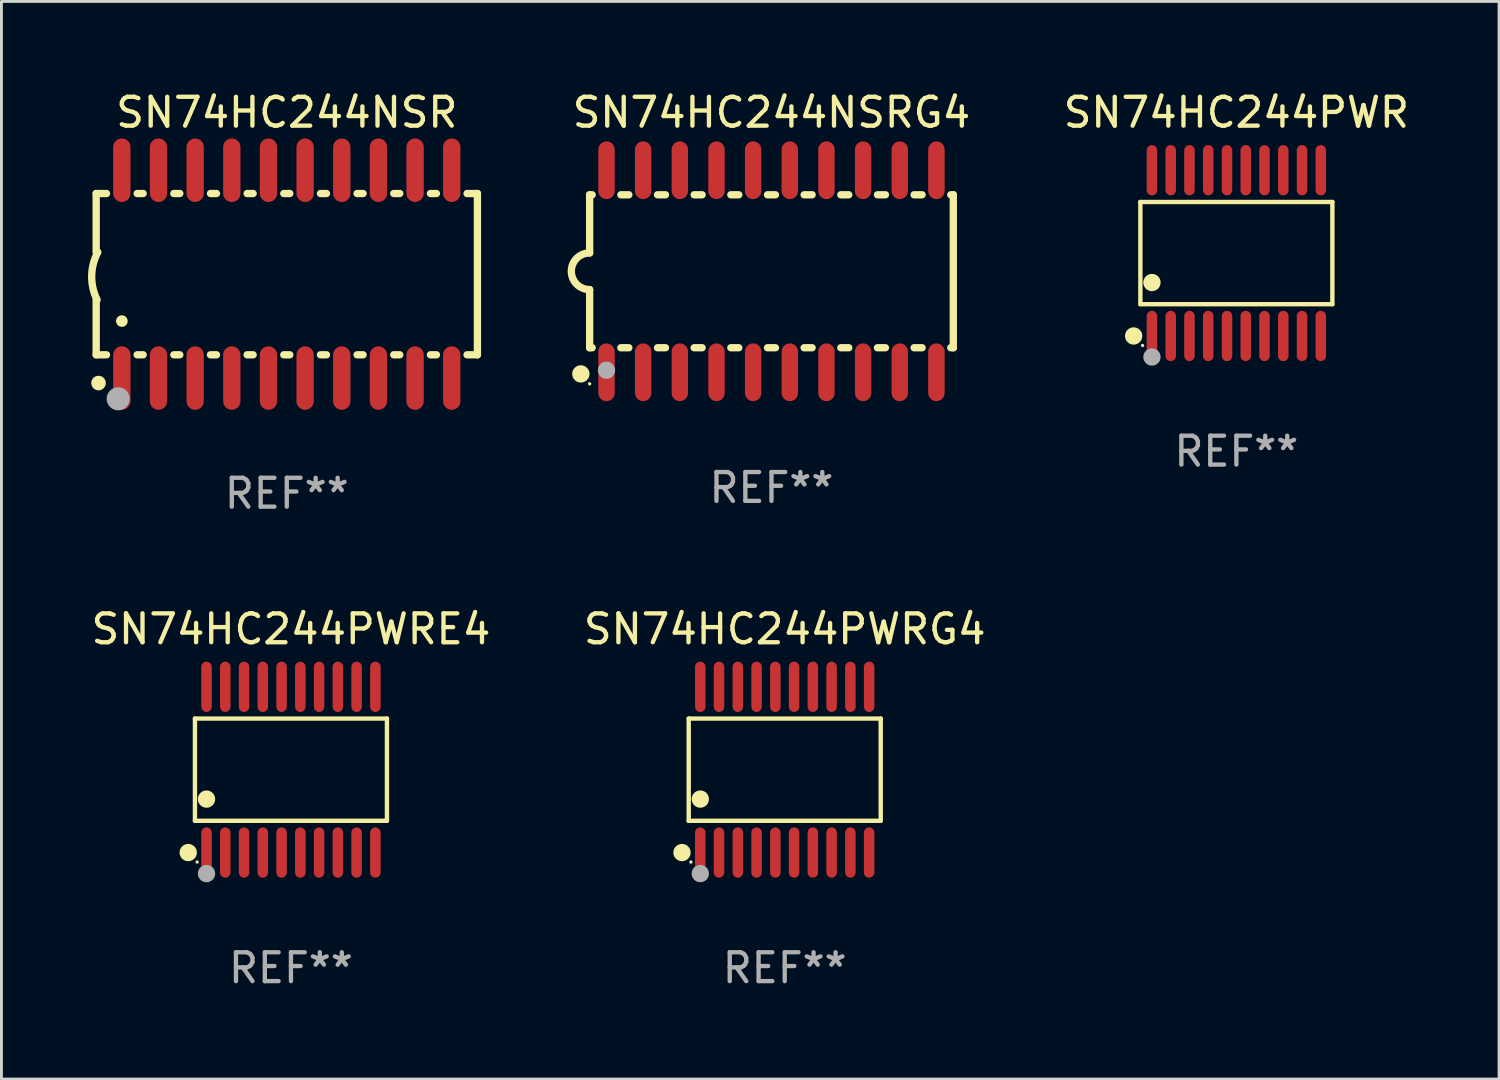
<source format=kicad_pcb>
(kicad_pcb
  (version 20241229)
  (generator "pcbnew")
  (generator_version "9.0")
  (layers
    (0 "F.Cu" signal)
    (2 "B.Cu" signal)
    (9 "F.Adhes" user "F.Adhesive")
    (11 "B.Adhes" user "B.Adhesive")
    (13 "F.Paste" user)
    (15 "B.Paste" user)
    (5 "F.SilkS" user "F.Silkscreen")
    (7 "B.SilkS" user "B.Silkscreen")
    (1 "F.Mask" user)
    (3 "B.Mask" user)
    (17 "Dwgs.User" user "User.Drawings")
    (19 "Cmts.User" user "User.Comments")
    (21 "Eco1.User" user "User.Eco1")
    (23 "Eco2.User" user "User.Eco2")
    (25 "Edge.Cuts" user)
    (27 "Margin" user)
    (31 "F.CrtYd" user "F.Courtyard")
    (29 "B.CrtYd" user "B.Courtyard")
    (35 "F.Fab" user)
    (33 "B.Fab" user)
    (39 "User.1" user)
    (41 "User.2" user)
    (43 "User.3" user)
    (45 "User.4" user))
  (footprint "SN74HC244PWRE4"
    (layer "F.Cu")
    (at 7.03 23.616)
    (property "Reference" "SN74HC244PWRE4" (at 0 -4.871 0) (layer "F.SilkS") (effects (font (size 1 1) (thickness 0.15))))
    (attr through_hole)
    (fp_line (start -3.326 -1.771) (end 3.326 -1.771) (stroke (width 0.152) (type solid)) (layer "F.SilkS"))
    (fp_line (start -3.326 1.771) (end -3.326 -1.771) (stroke (width 0.152) (type solid)) (layer "F.SilkS"))
    (fp_line (start 3.326 -1.771) (end 3.326 1.771) (stroke (width 0.152) (type solid)) (layer "F.SilkS"))
    (fp_line (start 3.326 1.771) (end -3.326 1.771) (stroke (width 0.152) (type solid)) (layer "F.SilkS"))
    (fp_circle (center -3.559 2.871) (end -3.409 2.871) (stroke (width 0.3) (type solid)) (fill no) (layer "F.SilkS"))
    (fp_circle (center -3.25 3.2) (end -3.22 3.2) (stroke (width 0.06) (type solid)) (fill no) (layer "F.SilkS"))
    (fp_circle (center -2.925 1.019) (end -2.775 1.019) (stroke (width 0.3) (type solid)) (fill no) (layer "F.SilkS"))
    (fp_circle (center -2.925 3.6) (end -2.775 3.6) (stroke (width 0.3) (type solid)) (fill no) (layer "F.Fab"))
    (fp_text user "REF**" (at 0 6.871 0) (layer "F.Fab") (effects (font (size 1 1) (thickness 0.15))))
    (pad "1" smd oval (at -2.925 2.871) (size 0.364 1.742) (layers "F.Cu" "F.Mask" "F.Paste"))
    (pad "2" smd oval (at -2.275 2.871) (size 0.364 1.742) (layers "F.Cu" "F.Mask" "F.Paste"))
    (pad "3" smd oval (at -1.625 2.871) (size 0.364 1.742) (layers "F.Cu" "F.Mask" "F.Paste"))
    (pad "4" smd oval (at -0.975 2.871) (size 0.364 1.742) (layers "F.Cu" "F.Mask" "F.Paste"))
    (pad "5" smd oval (at -0.325 2.871) (size 0.364 1.742) (layers "F.Cu" "F.Mask" "F.Paste"))
    (pad "6" smd oval (at 0.325 2.871) (size 0.364 1.742) (layers "F.Cu" "F.Mask" "F.Paste"))
    (pad "7" smd oval (at 0.975 2.871) (size 0.364 1.742) (layers "F.Cu" "F.Mask" "F.Paste"))
    (pad "8" smd oval (at 1.625 2.871) (size 0.364 1.742) (layers "F.Cu" "F.Mask" "F.Paste"))
    (pad "9" smd oval (at 2.275 2.871) (size 0.364 1.742) (layers "F.Cu" "F.Mask" "F.Paste"))
    (pad "10" smd oval (at 2.925 2.871) (size 0.364 1.742) (layers "F.Cu" "F.Mask" "F.Paste"))
    (pad "11" smd oval (at 2.925 -2.871) (size 0.364 1.742) (layers "F.Cu" "F.Mask" "F.Paste"))
    (pad "12" smd oval (at 2.275 -2.871) (size 0.364 1.742) (layers "F.Cu" "F.Mask" "F.Paste"))
    (pad "13" smd oval (at 1.625 -2.871) (size 0.364 1.742) (layers "F.Cu" "F.Mask" "F.Paste"))
    (pad "14" smd oval (at 0.975 -2.871) (size 0.364 1.742) (layers "F.Cu" "F.Mask" "F.Paste"))
    (pad "15" smd oval (at 0.325 -2.871) (size 0.364 1.742) (layers "F.Cu" "F.Mask" "F.Paste"))
    (pad "16" smd oval (at -0.325 -2.871) (size 0.364 1.742) (layers "F.Cu" "F.Mask" "F.Paste"))
    (pad "17" smd oval (at -0.975 -2.871) (size 0.364 1.742) (layers "F.Cu" "F.Mask" "F.Paste"))
    (pad "18" smd oval (at -1.625 -2.871) (size 0.364 1.742) (layers "F.Cu" "F.Mask" "F.Paste"))
    (pad "19" smd oval (at -2.275 -2.871) (size 0.364 1.742) (layers "F.Cu" "F.Mask" "F.Paste"))
    (pad "20" smd oval (at -2.925 -2.871) (size 0.364 1.742) (layers "F.Cu" "F.Mask" "F.Paste")))
  (footprint "SN74HC244NSRG4"
    (layer "F.Cu")
    (at 23.678 6.348)
    (property "Reference" "SN74HC244NSRG4" (at 0 -5.5 0) (layer "F.SilkS") (effects (font (size 1 1) (thickness 0.15))))
    (attr through_hole)
    (fp_line (start -6.3 -2.65) (end -6.3 -0.635) (stroke (width 0.254) (type solid)) (layer "F.SilkS"))
    (fp_line (start -6.3 -2.65) (end -6.212 -2.65) (stroke (width 0.254) (type solid)) (layer "F.SilkS"))
    (fp_line (start -6.3 2.65) (end -6.3 0.635) (stroke (width 0.254) (type solid)) (layer "F.SilkS"))
    (fp_line (start -6.3 2.65) (end -6.212 2.65) (stroke (width 0.254) (type solid)) (layer "F.SilkS"))
    (fp_line (start -5.218 -2.65) (end -4.942 -2.65) (stroke (width 0.254) (type solid)) (layer "F.SilkS"))
    (fp_line (start -5.218 2.65) (end -4.942 2.65) (stroke (width 0.254) (type solid)) (layer "F.SilkS"))
    (fp_line (start -3.948 -2.65) (end -3.672 -2.65) (stroke (width 0.254) (type solid)) (layer "F.SilkS"))
    (fp_line (start -3.948 2.65) (end -3.672 2.65) (stroke (width 0.254) (type solid)) (layer "F.SilkS"))
    (fp_line (start -2.678 -2.65) (end -2.402 -2.65) (stroke (width 0.254) (type solid)) (layer "F.SilkS"))
    (fp_line (start -2.678 2.65) (end -2.402 2.65) (stroke (width 0.254) (type solid)) (layer "F.SilkS"))
    (fp_line (start -1.408 -2.65) (end -1.132 -2.65) (stroke (width 0.254) (type solid)) (layer "F.SilkS"))
    (fp_line (start -1.408 2.65) (end -1.132 2.65) (stroke (width 0.254) (type solid)) (layer "F.SilkS"))
    (fp_line (start -0.138 -2.65) (end 0.138 -2.65) (stroke (width 0.254) (type solid)) (layer "F.SilkS"))
    (fp_line (start -0.138 2.65) (end 0.138 2.65) (stroke (width 0.254) (type solid)) (layer "F.SilkS"))
    (fp_line (start 1.132 -2.65) (end 1.408 -2.65) (stroke (width 0.254) (type solid)) (layer "F.SilkS"))
    (fp_line (start 1.132 2.65) (end 1.408 2.65) (stroke (width 0.254) (type solid)) (layer "F.SilkS"))
    (fp_line (start 2.402 -2.65) (end 2.678 -2.65) (stroke (width 0.254) (type solid)) (layer "F.SilkS"))
    (fp_line (start 2.402 2.65) (end 2.678 2.65) (stroke (width 0.254) (type solid)) (layer "F.SilkS"))
    (fp_line (start 3.672 -2.65) (end 3.948 -2.65) (stroke (width 0.254) (type solid)) (layer "F.SilkS"))
    (fp_line (start 3.672 2.65) (end 3.948 2.65) (stroke (width 0.254) (type solid)) (layer "F.SilkS"))
    (fp_line (start 4.942 -2.65) (end 5.218 -2.65) (stroke (width 0.254) (type solid)) (layer "F.SilkS"))
    (fp_line (start 4.942 2.65) (end 5.218 2.65) (stroke (width 0.254) (type solid)) (layer "F.SilkS"))
    (fp_line (start 6.212 -2.65) (end 6.3 -2.65) (stroke (width 0.254) (type solid)) (layer "F.SilkS"))
    (fp_line (start 6.212 2.65) (end 6.3 2.65) (stroke (width 0.254) (type solid)) (layer "F.SilkS"))
    (fp_line (start 6.3 -2.65) (end 6.3 2.65) (stroke (width 0.254) (type solid)) (layer "F.SilkS"))
    (fp_arc (start -6.299975 0.634874) (mid -6.933579 0.000127) (end -6.299213 -0.633858) (stroke (width 0.254001) (type solid)) (layer "F.SilkS"))
    (fp_circle (center -6.604 3.556) (end -6.454 3.556) (stroke (width 0.3) (type solid)) (fill no) (layer "F.SilkS"))
    (fp_circle (center -6.3 3.9) (end -6.27 3.9) (stroke (width 0.06) (type solid)) (fill no) (layer "F.SilkS"))
    (fp_circle (center -5.715 3.429) (end -5.565 3.429) (stroke (width 0.3) (type solid)) (fill no) (layer "F.Fab"))
    (fp_text user "REF**" (at 0 7.5 0) (layer "F.Fab") (effects (font (size 1 1) (thickness 0.15))))
    (pad "1" smd oval (at -5.715 3.5) (size 0.568 2) (layers "F.Cu" "F.Mask" "F.Paste"))
    (pad "2" smd oval (at -4.445 3.5) (size 0.568 2) (layers "F.Cu" "F.Mask" "F.Paste"))
    (pad "3" smd oval (at -3.175 3.5) (size 0.568 2) (layers "F.Cu" "F.Mask" "F.Paste"))
    (pad "4" smd oval (at -1.905 3.5) (size 0.568 2) (layers "F.Cu" "F.Mask" "F.Paste"))
    (pad "5" smd oval (at -0.635 3.5) (size 0.568 2) (layers "F.Cu" "F.Mask" "F.Paste"))
    (pad "6" smd oval (at 0.635 3.5) (size 0.568 2) (layers "F.Cu" "F.Mask" "F.Paste"))
    (pad "7" smd oval (at 1.905 3.5) (size 0.568 2) (layers "F.Cu" "F.Mask" "F.Paste"))
    (pad "8" smd oval (at 3.175 3.5) (size 0.568 2) (layers "F.Cu" "F.Mask" "F.Paste"))
    (pad "9" smd oval (at 4.445 3.5) (size 0.568 2) (layers "F.Cu" "F.Mask" "F.Paste"))
    (pad "10" smd oval (at 5.715 3.5) (size 0.568 2) (layers "F.Cu" "F.Mask" "F.Paste"))
    (pad "11" smd oval (at 5.715 -3.5) (size 0.568 2) (layers "F.Cu" "F.Mask" "F.Paste"))
    (pad "12" smd oval (at 4.445 -3.5) (size 0.568 2) (layers "F.Cu" "F.Mask" "F.Paste"))
    (pad "13" smd oval (at 3.175 -3.5) (size 0.568 2) (layers "F.Cu" "F.Mask" "F.Paste"))
    (pad "14" smd oval (at 1.905 -3.5) (size 0.568 2) (layers "F.Cu" "F.Mask" "F.Paste"))
    (pad "15" smd oval (at 0.635 -3.5) (size 0.568 2) (layers "F.Cu" "F.Mask" "F.Paste"))
    (pad "16" smd oval (at -0.635 -3.5) (size 0.568 2) (layers "F.Cu" "F.Mask" "F.Paste"))
    (pad "17" smd oval (at -1.905 -3.5) (size 0.568 2) (layers "F.Cu" "F.Mask" "F.Paste"))
    (pad "18" smd oval (at -3.175 -3.5) (size 0.568 2) (layers "F.Cu" "F.Mask" "F.Paste"))
    (pad "19" smd oval (at -4.445 -3.5) (size 0.568 2) (layers "F.Cu" "F.Mask" "F.Paste"))
    (pad "20" smd oval (at -5.715 -3.5) (size 0.568 2) (layers "F.Cu" "F.Mask" "F.Paste")))
  (footprint "SN74HC244NSR"
    (layer "F.Cu")
    (at 6.886 6.448)
    (property "Reference" "SN74HC244NSR" (at 0 -5.6 0) (layer "F.SilkS") (effects (font (size 1 1) (thickness 0.15))))
    (attr through_hole)
    (fp_line (start -6.604 -2.794) (end -6.246 -2.794) (stroke (width 0.254) (type solid)) (layer "F.SilkS"))
    (fp_line (start -6.604 -0.762) (end -6.604 -2.794) (stroke (width 0.254) (type solid)) (layer "F.SilkS"))
    (fp_line (start -6.604 2.794) (end -6.604 0.889) (stroke (width 0.254) (type solid)) (layer "F.SilkS"))
    (fp_line (start -6.246 2.794) (end -6.604 2.794) (stroke (width 0.254) (type solid)) (layer "F.SilkS"))
    (fp_line (start -5.184 -2.794) (end -4.976 -2.794) (stroke (width 0.254) (type solid)) (layer "F.SilkS"))
    (fp_line (start -4.976 2.794) (end -5.184 2.794) (stroke (width 0.254) (type solid)) (layer "F.SilkS"))
    (fp_line (start -3.914 -2.794) (end -3.706 -2.794) (stroke (width 0.254) (type solid)) (layer "F.SilkS"))
    (fp_line (start -3.706 2.794) (end -3.914 2.794) (stroke (width 0.254) (type solid)) (layer "F.SilkS"))
    (fp_line (start -2.644 -2.794) (end -2.436 -2.794) (stroke (width 0.254) (type solid)) (layer "F.SilkS"))
    (fp_line (start -2.436 2.794) (end -2.644 2.794) (stroke (width 0.254) (type solid)) (layer "F.SilkS"))
    (fp_line (start -1.374 -2.794) (end -1.166 -2.794) (stroke (width 0.254) (type solid)) (layer "F.SilkS"))
    (fp_line (start -1.166 2.794) (end -1.374 2.794) (stroke (width 0.254) (type solid)) (layer "F.SilkS"))
    (fp_line (start -0.104 -2.794) (end 0.104 -2.794) (stroke (width 0.254) (type solid)) (layer "F.SilkS"))
    (fp_line (start 0.104 2.794) (end -0.104 2.794) (stroke (width 0.254) (type solid)) (layer "F.SilkS"))
    (fp_line (start 1.166 -2.794) (end 1.374 -2.794) (stroke (width 0.254) (type solid)) (layer "F.SilkS"))
    (fp_line (start 1.374 2.794) (end 1.166 2.794) (stroke (width 0.254) (type solid)) (layer "F.SilkS"))
    (fp_line (start 2.436 -2.794) (end 2.644 -2.794) (stroke (width 0.254) (type solid)) (layer "F.SilkS"))
    (fp_line (start 2.644 2.794) (end 2.436 2.794) (stroke (width 0.254) (type solid)) (layer "F.SilkS"))
    (fp_line (start 3.706 -2.794) (end 3.914 -2.794) (stroke (width 0.254) (type solid)) (layer "F.SilkS"))
    (fp_line (start 3.914 2.794) (end 3.706 2.794) (stroke (width 0.254) (type solid)) (layer "F.SilkS"))
    (fp_line (start 4.976 -2.794) (end 5.184 -2.794) (stroke (width 0.254) (type solid)) (layer "F.SilkS"))
    (fp_line (start 5.184 2.794) (end 4.976 2.794) (stroke (width 0.254) (type solid)) (layer "F.SilkS"))
    (fp_line (start 6.246 -2.794) (end 6.604 -2.794) (stroke (width 0.254) (type solid)) (layer "F.SilkS"))
    (fp_line (start 6.604 -2.794) (end 6.604 2.794) (stroke (width 0.254) (type solid)) (layer "F.SilkS"))
    (fp_line (start 6.604 2.794) (end 6.246 2.794) (stroke (width 0.254) (type solid)) (layer "F.SilkS"))
    (fp_arc (start -6.572821 0.889028) (mid -6.759035 0.060466) (end -6.547422 -0.761976) (stroke (width 0.254001) (type solid)) (layer "F.SilkS"))
    (fp_arc (start -6.570993 3.749047) (mid -6.569723 3.749042) (end -6.568453 3.749047) (stroke (width 0.3) (type solid)) (layer "F.SilkS"))
    (fp_arc (start -5.715011 1.625603) (mid -5.713741 1.625599) (end -5.712471 1.625603) (stroke (width 0.4) (type solid)) (layer "F.SilkS"))
    (fp_circle (center -6.523 3.773) (end -6.396 3.773) (stroke (width 0.254) (type solid)) (fill no) (layer "F.SilkS"))
    (fp_circle (center -5.842 4.318) (end -5.642 4.318) (stroke (width 0.4) (type solid)) (fill no) (layer "F.Fab"))
    (fp_text user "REF**" (at 0 7.6 0) (layer "F.Fab") (effects (font (size 1 1) (thickness 0.15))))
    (pad "1" smd oval (at -5.715 3.6) (size 0.6 2.2) (layers "F.Cu" "F.Mask" "F.Paste"))
    (pad "2" smd oval (at -4.445 3.6) (size 0.6 2.2) (layers "F.Cu" "F.Mask" "F.Paste"))
    (pad "3" smd oval (at -3.175 3.6) (size 0.6 2.2) (layers "F.Cu" "F.Mask" "F.Paste"))
    (pad "4" smd oval (at -1.905 3.6) (size 0.6 2.2) (layers "F.Cu" "F.Mask" "F.Paste"))
    (pad "5" smd oval (at -0.635 3.6) (size 0.6 2.2) (layers "F.Cu" "F.Mask" "F.Paste"))
    (pad "6" smd oval (at 0.635 3.6) (size 0.6 2.2) (layers "F.Cu" "F.Mask" "F.Paste"))
    (pad "7" smd oval (at 1.905 3.6) (size 0.6 2.2) (layers "F.Cu" "F.Mask" "F.Paste"))
    (pad "8" smd oval (at 3.175 3.6) (size 0.6 2.2) (layers "F.Cu" "F.Mask" "F.Paste"))
    (pad "9" smd oval (at 4.445 3.6) (size 0.6 2.2) (layers "F.Cu" "F.Mask" "F.Paste"))
    (pad "10" smd oval (at 5.715 3.6) (size 0.6 2.2) (layers "F.Cu" "F.Mask" "F.Paste"))
    (pad "11" smd oval (at 5.715 -3.6 180) (size 0.6 2.2) (layers "F.Cu" "F.Mask" "F.Paste"))
    (pad "12" smd oval (at 4.445 -3.6 180) (size 0.6 2.2) (layers "F.Cu" "F.Mask" "F.Paste"))
    (pad "13" smd oval (at 3.175 -3.6 180) (size 0.6 2.2) (layers "F.Cu" "F.Mask" "F.Paste"))
    (pad "14" smd oval (at 1.905 -3.6 180) (size 0.6 2.2) (layers "F.Cu" "F.Mask" "F.Paste"))
    (pad "15" smd oval (at 0.635 -3.6 180) (size 0.6 2.2) (layers "F.Cu" "F.Mask" "F.Paste"))
    (pad "16" smd oval (at -0.635 -3.6 180) (size 0.6 2.2) (layers "F.Cu" "F.Mask" "F.Paste"))
    (pad "17" smd oval (at -1.905 -3.6 180) (size 0.6 2.2) (layers "F.Cu" "F.Mask" "F.Paste"))
    (pad "18" smd oval (at -3.175 -3.6 180) (size 0.6 2.2) (layers "F.Cu" "F.Mask" "F.Paste"))
    (pad "19" smd oval (at -4.445 -3.6 180) (size 0.6 2.2) (layers "F.Cu" "F.Mask" "F.Paste"))
    (pad "20" smd oval (at -5.715 -3.6 180) (size 0.6 2.2) (layers "F.Cu" "F.Mask" "F.Paste")))
  (footprint "SN74HC244PWR"
    (layer "F.Cu")
    (at 39.785 5.719)
    (property "Reference" "SN74HC244PWR" (at 0 -4.871 0) (layer "F.SilkS") (effects (font (size 1 1) (thickness 0.15))))
    (attr through_hole)
    (fp_line (start -3.326 -1.771) (end 3.326 -1.771) (stroke (width 0.152) (type solid)) (layer "F.SilkS"))
    (fp_line (start -3.326 1.771) (end -3.326 -1.771) (stroke (width 0.152) (type solid)) (layer "F.SilkS"))
    (fp_line (start 3.326 -1.771) (end 3.326 1.771) (stroke (width 0.152) (type solid)) (layer "F.SilkS"))
    (fp_line (start 3.326 1.771) (end -3.326 1.771) (stroke (width 0.152) (type solid)) (layer "F.SilkS"))
    (fp_circle (center -3.559 2.871) (end -3.409 2.871) (stroke (width 0.3) (type solid)) (fill no) (layer "F.SilkS"))
    (fp_circle (center -3.25 3.2) (end -3.22 3.2) (stroke (width 0.06) (type solid)) (fill no) (layer "F.SilkS"))
    (fp_circle (center -2.925 1.019) (end -2.775 1.019) (stroke (width 0.3) (type solid)) (fill no) (layer "F.SilkS"))
    (fp_circle (center -2.925 3.6) (end -2.775 3.6) (stroke (width 0.3) (type solid)) (fill no) (layer "F.Fab"))
    (fp_text user "REF**" (at 0 6.871 0) (layer "F.Fab") (effects (font (size 1 1) (thickness 0.15))))
    (pad "1" smd oval (at -2.925 2.871) (size 0.364 1.742) (layers "F.Cu" "F.Mask" "F.Paste"))
    (pad "2" smd oval (at -2.275 2.871) (size 0.364 1.742) (layers "F.Cu" "F.Mask" "F.Paste"))
    (pad "3" smd oval (at -1.625 2.871) (size 0.364 1.742) (layers "F.Cu" "F.Mask" "F.Paste"))
    (pad "4" smd oval (at -0.975 2.871) (size 0.364 1.742) (layers "F.Cu" "F.Mask" "F.Paste"))
    (pad "5" smd oval (at -0.325 2.871) (size 0.364 1.742) (layers "F.Cu" "F.Mask" "F.Paste"))
    (pad "6" smd oval (at 0.325 2.871) (size 0.364 1.742) (layers "F.Cu" "F.Mask" "F.Paste"))
    (pad "7" smd oval (at 0.975 2.871) (size 0.364 1.742) (layers "F.Cu" "F.Mask" "F.Paste"))
    (pad "8" smd oval (at 1.625 2.871) (size 0.364 1.742) (layers "F.Cu" "F.Mask" "F.Paste"))
    (pad "9" smd oval (at 2.275 2.871) (size 0.364 1.742) (layers "F.Cu" "F.Mask" "F.Paste"))
    (pad "10" smd oval (at 2.925 2.871) (size 0.364 1.742) (layers "F.Cu" "F.Mask" "F.Paste"))
    (pad "11" smd oval (at 2.925 -2.871) (size 0.364 1.742) (layers "F.Cu" "F.Mask" "F.Paste"))
    (pad "12" smd oval (at 2.275 -2.871) (size 0.364 1.742) (layers "F.Cu" "F.Mask" "F.Paste"))
    (pad "13" smd oval (at 1.625 -2.871) (size 0.364 1.742) (layers "F.Cu" "F.Mask" "F.Paste"))
    (pad "14" smd oval (at 0.975 -2.871) (size 0.364 1.742) (layers "F.Cu" "F.Mask" "F.Paste"))
    (pad "15" smd oval (at 0.325 -2.871) (size 0.364 1.742) (layers "F.Cu" "F.Mask" "F.Paste"))
    (pad "16" smd oval (at -0.325 -2.871) (size 0.364 1.742) (layers "F.Cu" "F.Mask" "F.Paste"))
    (pad "17" smd oval (at -0.975 -2.871) (size 0.364 1.742) (layers "F.Cu" "F.Mask" "F.Paste"))
    (pad "18" smd oval (at -1.625 -2.871) (size 0.364 1.742) (layers "F.Cu" "F.Mask" "F.Paste"))
    (pad "19" smd oval (at -2.275 -2.871) (size 0.364 1.742) (layers "F.Cu" "F.Mask" "F.Paste"))
    (pad "20" smd oval (at -2.925 -2.871) (size 0.364 1.742) (layers "F.Cu" "F.Mask" "F.Paste")))
  (footprint "SN74HC244PWRG4"
    (layer "F.Cu")
    (at 24.137 23.616)
    (property "Reference" "SN74HC244PWRG4" (at 0 -4.871 0) (layer "F.SilkS") (effects (font (size 1 1) (thickness 0.15))))
    (attr through_hole)
    (fp_line (start -3.326 -1.771) (end 3.326 -1.771) (stroke (width 0.152) (type solid)) (layer "F.SilkS"))
    (fp_line (start -3.326 1.771) (end -3.326 -1.771) (stroke (width 0.152) (type solid)) (layer "F.SilkS"))
    (fp_line (start 3.326 -1.771) (end 3.326 1.771) (stroke (width 0.152) (type solid)) (layer "F.SilkS"))
    (fp_line (start 3.326 1.771) (end -3.326 1.771) (stroke (width 0.152) (type solid)) (layer "F.SilkS"))
    (fp_circle (center -3.559 2.871) (end -3.409 2.871) (stroke (width 0.3) (type solid)) (fill no) (layer "F.SilkS"))
    (fp_circle (center -3.25 3.2) (end -3.22 3.2) (stroke (width 0.06) (type solid)) (fill no) (layer "F.SilkS"))
    (fp_circle (center -2.925 1.019) (end -2.775 1.019) (stroke (width 0.3) (type solid)) (fill no) (layer "F.SilkS"))
    (fp_circle (center -2.925 3.6) (end -2.775 3.6) (stroke (width 0.3) (type solid)) (fill no) (layer "F.Fab"))
    (fp_text user "REF**" (at 0 6.871 0) (layer "F.Fab") (effects (font (size 1 1) (thickness 0.15))))
    (pad "1" smd oval (at -2.925 2.871) (size 0.364 1.742) (layers "F.Cu" "F.Mask" "F.Paste"))
    (pad "2" smd oval (at -2.275 2.871) (size 0.364 1.742) (layers "F.Cu" "F.Mask" "F.Paste"))
    (pad "3" smd oval (at -1.625 2.871) (size 0.364 1.742) (layers "F.Cu" "F.Mask" "F.Paste"))
    (pad "4" smd oval (at -0.975 2.871) (size 0.364 1.742) (layers "F.Cu" "F.Mask" "F.Paste"))
    (pad "5" smd oval (at -0.325 2.871) (size 0.364 1.742) (layers "F.Cu" "F.Mask" "F.Paste"))
    (pad "6" smd oval (at 0.325 2.871) (size 0.364 1.742) (layers "F.Cu" "F.Mask" "F.Paste"))
    (pad "7" smd oval (at 0.975 2.871) (size 0.364 1.742) (layers "F.Cu" "F.Mask" "F.Paste"))
    (pad "8" smd oval (at 1.625 2.871) (size 0.364 1.742) (layers "F.Cu" "F.Mask" "F.Paste"))
    (pad "9" smd oval (at 2.275 2.871) (size 0.364 1.742) (layers "F.Cu" "F.Mask" "F.Paste"))
    (pad "10" smd oval (at 2.925 2.871) (size 0.364 1.742) (layers "F.Cu" "F.Mask" "F.Paste"))
    (pad "11" smd oval (at 2.925 -2.871) (size 0.364 1.742) (layers "F.Cu" "F.Mask" "F.Paste"))
    (pad "12" smd oval (at 2.275 -2.871) (size 0.364 1.742) (layers "F.Cu" "F.Mask" "F.Paste"))
    (pad "13" smd oval (at 1.625 -2.871) (size 0.364 1.742) (layers "F.Cu" "F.Mask" "F.Paste"))
    (pad "14" smd oval (at 0.975 -2.871) (size 0.364 1.742) (layers "F.Cu" "F.Mask" "F.Paste"))
    (pad "15" smd oval (at 0.325 -2.871) (size 0.364 1.742) (layers "F.Cu" "F.Mask" "F.Paste"))
    (pad "16" smd oval (at -0.325 -2.871) (size 0.364 1.742) (layers "F.Cu" "F.Mask" "F.Paste"))
    (pad "17" smd oval (at -0.975 -2.871) (size 0.364 1.742) (layers "F.Cu" "F.Mask" "F.Paste"))
    (pad "18" smd oval (at -1.625 -2.871) (size 0.364 1.742) (layers "F.Cu" "F.Mask" "F.Paste"))
    (pad "19" smd oval (at -2.275 -2.871) (size 0.364 1.742) (layers "F.Cu" "F.Mask" "F.Paste"))
    (pad "20" smd oval (at -2.925 -2.871) (size 0.364 1.742) (layers "F.Cu" "F.Mask" "F.Paste")))
  (gr_rect
    (start -3 -3)
    (end 48.886 34.335)
    (stroke (width 0.1) (type default))
    (fill no)
    (layer "Edge.Cuts")))
</source>
